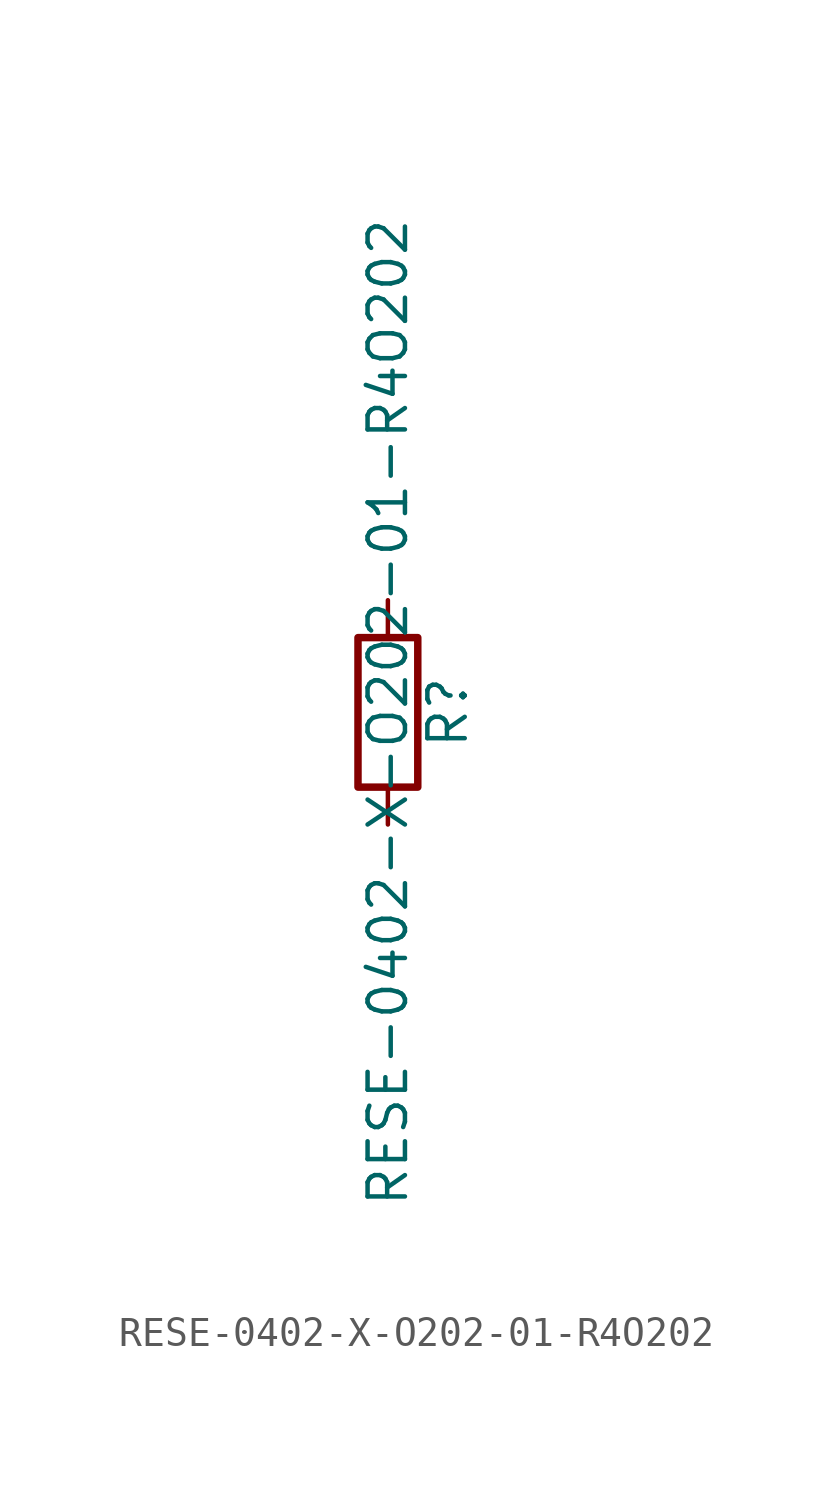
<source format=kicad_sym>
(kicad_symbol_lib
  (version 20211014)
  (generator kicad_symbol_editor)
  (symbol "RESE-0402-X-O202-01-R4O202"
    (pin_numbers hide)
    (pin_names
      (offset 0))
    (property "Reference" "R"
      (at 2.032 0 90)
      (effects (font (size 1.27 1.27))))
    (property "Value" "RESE-0402-X-O202-01-R4O202"
      (at 0 0 90)
      (effects (font (size 1.27 1.27))))
    (symbol "RESE-0402-X-O202-01-R4O202_0_1"
      (rectangle (start -1.016 -2.54) (end 1.016 2.54) (stroke (width 0.254) (type default) (color 0 0 0 0)) (fill (type none))))
    (symbol "RESE-0402-X-O202-01-R4O202_1_1"
      (pin passive line (at 0 3.81 270) (length 1.27) (name "~" (effects (font (size 1.27 1.27)))) (number "1" (effects (font (size 1.27 1.27)))))
      (pin passive line (at 0 -3.81 90) (length 1.27) (name "~" (effects (font (size 1.27 1.27)))) (number "2" (effects (font (size 1.27 1.27))))))))
</source>
